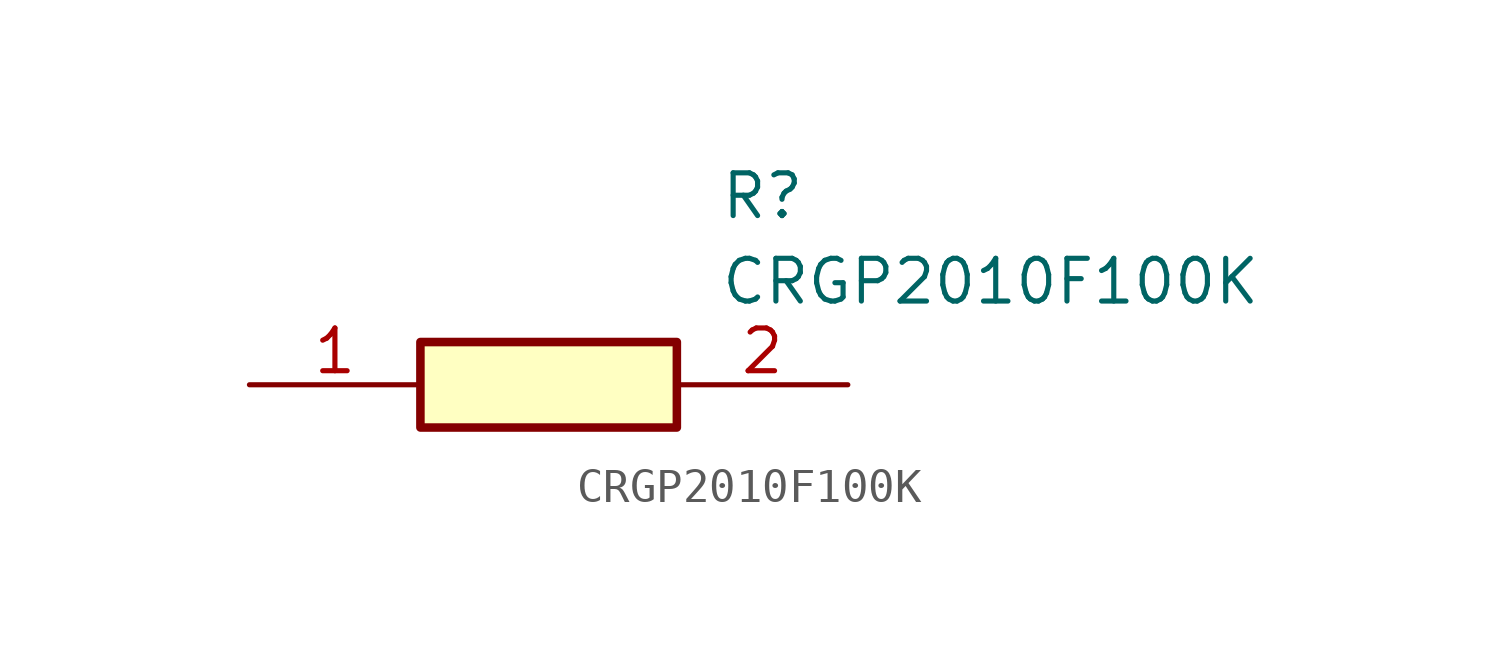
<source format=kicad_sym>
(kicad_symbol_lib
  (version 20211014)
  (generator SamacSys_ECAD_Model)
  (symbol "CRGP2010F100K"
    (pin_names hide)
    (property "Reference" "R"
      (at 13.97 6.35 0)
      (effects (font (size 1.27 1.27)) (justify left top)))
    (property "Value" "CRGP2010F100K"
      (at 13.97 3.81 0)
      (effects (font (size 1.27 1.27)) (justify left top)))
    (rectangle
      (start 5.08 1.27)
      (end 12.7 -1.27)
      (stroke (width 0.254) (type default))
      (fill (type background)))
    (pin passive line
      (at 0 0 0)
      (length 5.08)
      (name "1" (effects (font (size 1.27 1.27))))
      (number "1" (effects (font (size 1.27 1.27)))))
    (pin passive line
      (at 17.78 0 180)
      (length 5.08)
      (name "2" (effects (font (size 1.27 1.27))))
      (number "2" (effects (font (size 1.27 1.27)))))))
</source>
